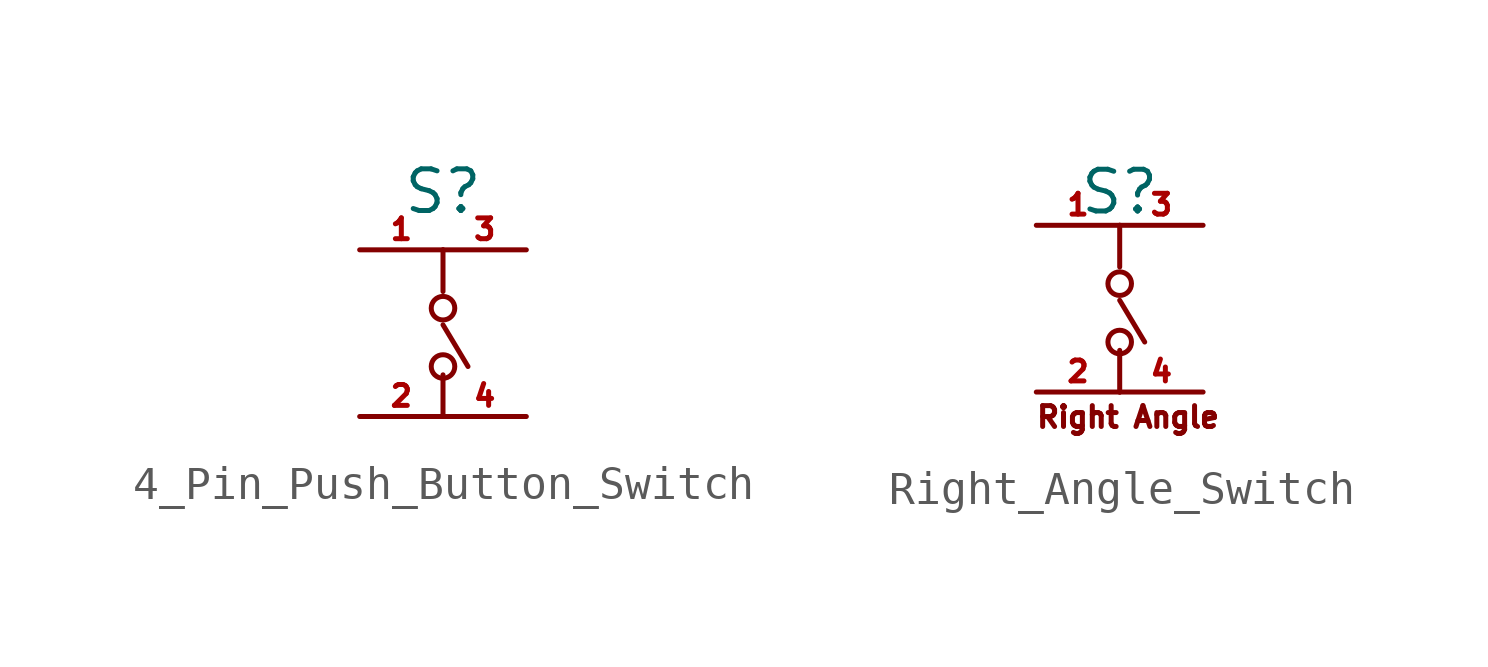
<source format=kicad_sym>
(kicad_symbol_lib
  (version 20231120)
  (generator "kicad_symbol_editor")
  (generator_version "8.0")
  (symbol "4_Pin_Push_Button_Switch"
    (property "Reference" "S"
      (at 0 6.858 0)
      (effects (font (size 1.27 1.27))))
    (property "Value" ""
      (at 0 0 0)
      (effects (font (size 1.27 1.27))))
    (symbol "4_Pin_Push_Button_Switch_0_0"
      (circle (center 0 1.524) (radius 0.359) (stroke (width 0) (type default)) (fill (type none)))
      (circle (center 0 3.302) (radius 0.359) (stroke (width 0) (type default)) (fill (type none))))
    (symbol "4_Pin_Push_Button_Switch_0_1"
      (polyline (pts (xy 0 1.27) (xy 0 0)) (stroke (width 0) (type default)) (fill (type none)))
      (polyline (pts (xy 0 5.08) (xy 0 3.81)) (stroke (width 0) (type default)) (fill (type none))))
    (symbol "4_Pin_Push_Button_Switch_1_0"
      (polyline (pts (xy 0 2.794) (xy 0.762 1.524)) (stroke (width 0) (type default)) (fill (type none))))
    (symbol "4_Pin_Push_Button_Switch_1_1"
      (pin input line (at -2.54 5.08 0) (length 2.54) (name "" (effects (font (size 1.27 1.27)))) (number "1" (effects (font (size 0.635 0.635)))))
      (pin input line (at -2.54 0 0) (length 2.54) (name "" (effects (font (size 1.27 1.27)))) (number "2" (effects (font (size 0.635 0.635)))))
      (pin input line (at 2.54 5.08 180) (length 2.54) (name "" (effects (font (size 1.27 1.27)))) (number "3" (effects (font (size 0.635 0.635)))))
      (pin input line (at 2.54 0 180) (length 2.54) (name "" (effects (font (size 1.27 1.27)))) (number "4" (effects (font (size 0.635 0.635)))))))
  (symbol "Right_Angle_Switch"
    (property "Reference" "S"
      (at 0 3.556 0)
      (effects (font (size 1.27 1.27))))
    (property "Value" ""
      (at 0 3.81 0)
      (effects (font (size 1.27 1.27))))
    (symbol "Right_Angle_Switch_0_0"
      (circle (center 0 -1.016) (radius 0.359) (stroke (width 0) (type default)) (fill (type none)))
      (circle (center 0 0.762) (radius 0.359) (stroke (width 0) (type default)) (fill (type none))))
    (symbol "Right_Angle_Switch_0_1"
      (polyline (pts (xy 0 -1.27) (xy 0 -2.54)) (stroke (width 0) (type default)) (fill (type none)))
      (polyline (pts (xy 0 2.54) (xy 0 1.27)) (stroke (width 0) (type default)) (fill (type none))))
    (symbol "Right_Angle_Switch_1_0"
      (polyline (pts (xy 0 0.254) (xy 0.762 -1.016)) (stroke (width 0) (type default)) (fill (type none))))
    (symbol "Right_Angle_Switch_1_1"
      (text "Right Angle" (at 0.254 -3.302 0) (effects (font (size 0.635 0.635))))
      (pin input line (at -2.54 2.54 0) (length 2.54) (name "" (effects (font (size 1.27 1.27)))) (number "1" (effects (font (size 0.635 0.635)))))
      (pin input line (at -2.54 -2.54 0) (length 2.54) (name "" (effects (font (size 1.27 1.27)))) (number "2" (effects (font (size 0.635 0.635)))))
      (pin input line (at 2.54 2.54 180) (length 2.54) (name "" (effects (font (size 1.27 1.27)))) (number "3" (effects (font (size 0.635 0.635)))))
      (pin input line (at 2.54 -2.54 180) (length 2.54) (name "" (effects (font (size 1.27 1.27)))) (number "4" (effects (font (size 0.635 0.635))))))))
</source>
